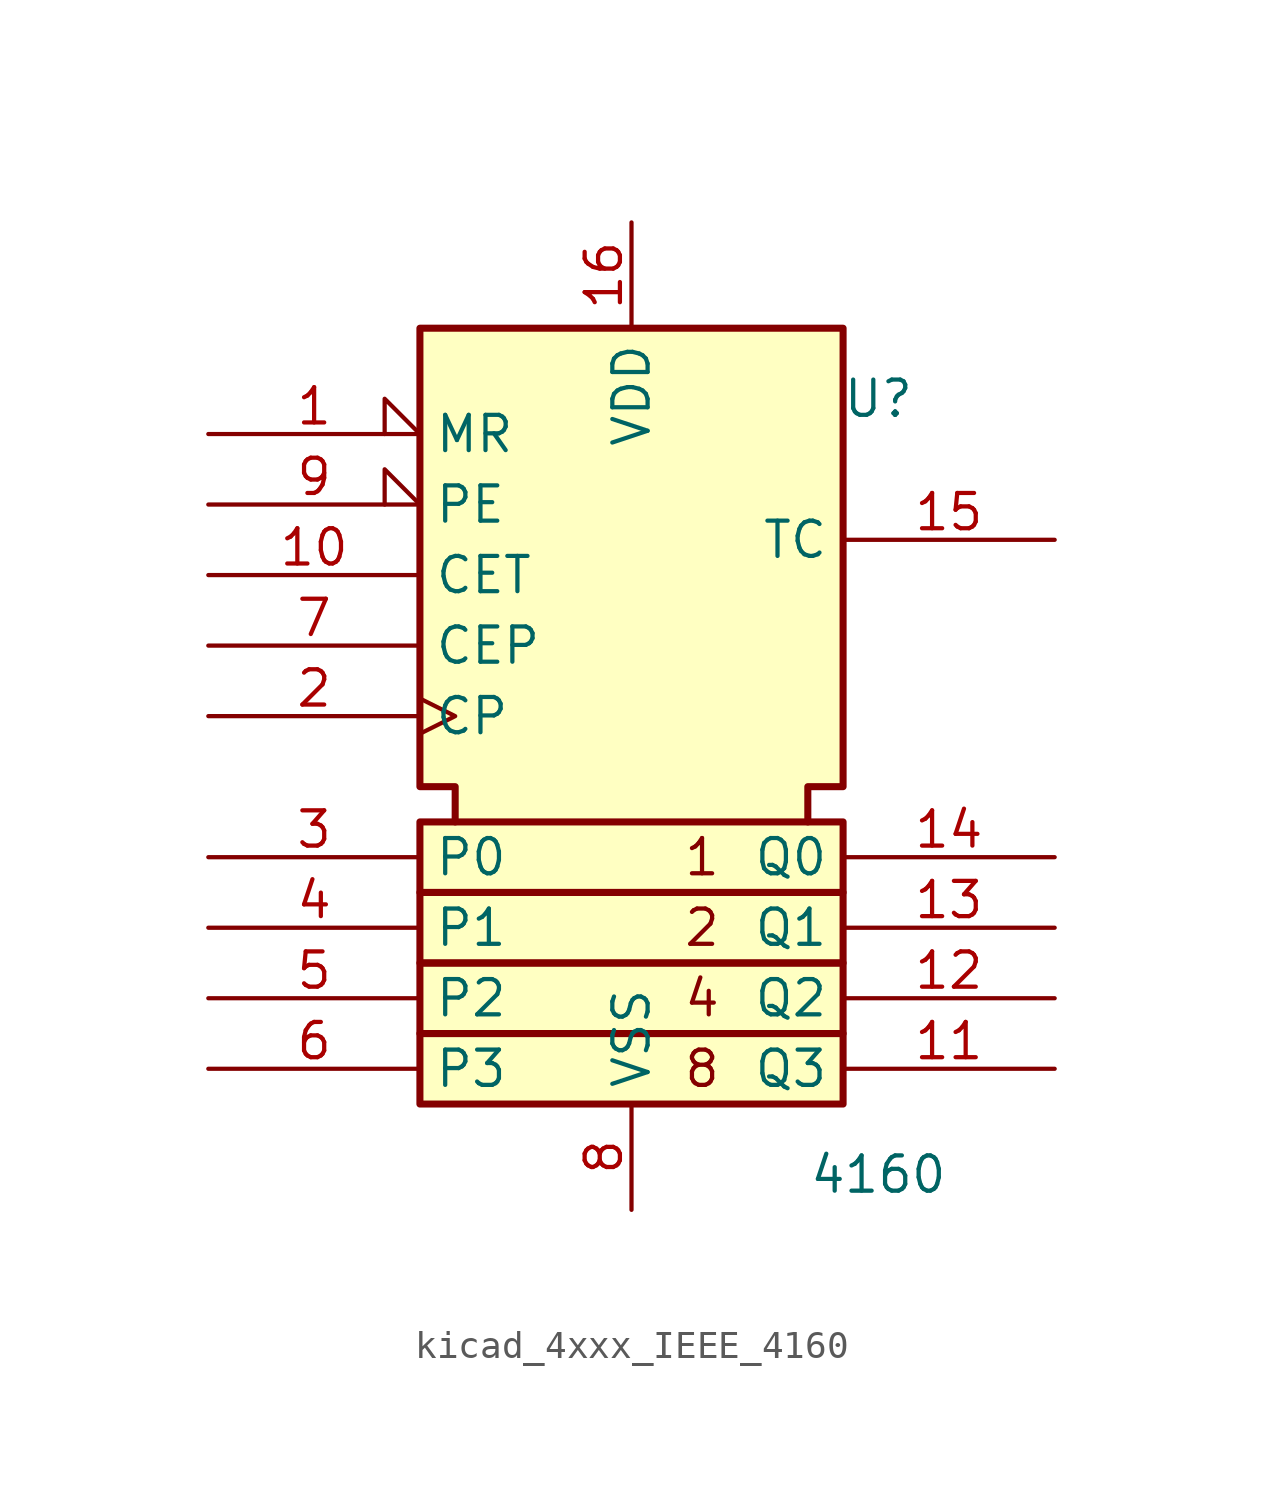
<source format=kicad_sym>
(kicad_symbol_lib
  (version 20220914)
  (generator kicad_symbol_editor)
  (symbol "kicad_4xxx_IEEE_4160"
    (property "Reference" "U"
      (at 8.89 8.89 0)
      (effects (font (size 1.27 1.27))))
    (property "Value" "4160"
      (at 8.89 -19.05 0)
      (effects (font (size 1.27 1.27))))
    (symbol "kicad_4xxx_IEEE_4160_0_0"
      (rectangle (start -7.62 -13.97) (end 7.62 -16.51) (stroke (width 0.254) (type default)) (fill (type background)))
      (rectangle (start -7.62 -11.43) (end 7.62 -13.97) (stroke (width 0.254) (type default)) (fill (type background)))
      (rectangle (start -7.62 -8.89) (end 7.62 -11.43) (stroke (width 0.254) (type default)) (fill (type background)))
      (rectangle (start -7.62 -6.35) (end 7.62 -8.89) (stroke (width 0.254) (type default)) (fill (type background)))
      (polyline (pts (xy -6.35 -6.35) (xy -6.35 -5.08) (xy -7.62 -5.08) (xy -7.62 11.43) (xy 7.62 11.43) (xy 7.62 -5.08) (xy 6.35 -5.08) (xy 6.35 -6.35) (xy 6.35 -6.35)) (stroke (width 0.254) (type default)) (fill (type background)))
      (text "1" (at 2.54 -7.62 0) (effects (font (size 1.27 1.27))))
      (text "2" (at 2.54 -10.16 0) (effects (font (size 1.27 1.27))))
      (text "4" (at 2.54 -12.7 0) (effects (font (size 1.27 1.27))))
      (text "8" (at 2.54 -15.24 0) (effects (font (size 1.27 1.27)))))
    (symbol "kicad_4xxx_IEEE_4160_1_1"
      (pin input input_low (at -15.24 7.62 0) (length 7.62) (name "MR" (effects (font (size 1.27 1.27)))) (number "1" (effects (font (size 1.27 1.27)))))
      (pin input line (at -15.24 2.54 0) (length 7.62) (name "CET" (effects (font (size 1.27 1.27)))) (number "10" (effects (font (size 1.27 1.27)))))
      (pin output line (at 15.24 -15.24 180) (length 7.62) (name "Q3" (effects (font (size 1.27 1.27)))) (number "11" (effects (font (size 1.27 1.27)))))
      (pin output line (at 15.24 -12.7 180) (length 7.62) (name "Q2" (effects (font (size 1.27 1.27)))) (number "12" (effects (font (size 1.27 1.27)))))
      (pin output line (at 15.24 -10.16 180) (length 7.62) (name "Q1" (effects (font (size 1.27 1.27)))) (number "13" (effects (font (size 1.27 1.27)))))
      (pin output line (at 15.24 -7.62 180) (length 7.62) (name "Q0" (effects (font (size 1.27 1.27)))) (number "14" (effects (font (size 1.27 1.27)))))
      (pin output line (at 15.24 3.81 180) (length 7.62) (name "TC" (effects (font (size 1.27 1.27)))) (number "15" (effects (font (size 1.27 1.27)))))
      (pin power_in line (at 0 15.24 270) (length 3.81) (name "VDD" (effects (font (size 1.27 1.27)))) (number "16" (effects (font (size 1.27 1.27)))))
      (pin input clock (at -15.24 -2.54 0) (length 7.62) (name "CP" (effects (font (size 1.27 1.27)))) (number "2" (effects (font (size 1.27 1.27)))))
      (pin input line (at -15.24 -7.62 0) (length 7.62) (name "P0" (effects (font (size 1.27 1.27)))) (number "3" (effects (font (size 1.27 1.27)))))
      (pin input line (at -15.24 -10.16 0) (length 7.62) (name "P1" (effects (font (size 1.27 1.27)))) (number "4" (effects (font (size 1.27 1.27)))))
      (pin input line (at -15.24 -12.7 0) (length 7.62) (name "P2" (effects (font (size 1.27 1.27)))) (number "5" (effects (font (size 1.27 1.27)))))
      (pin input line (at -15.24 -15.24 0) (length 7.62) (name "P3" (effects (font (size 1.27 1.27)))) (number "6" (effects (font (size 1.27 1.27)))))
      (pin input line (at -15.24 0 0) (length 7.62) (name "CEP" (effects (font (size 1.27 1.27)))) (number "7" (effects (font (size 1.27 1.27)))))
      (pin power_in line (at 0 -20.32 90) (length 3.81) (name "VSS" (effects (font (size 1.27 1.27)))) (number "8" (effects (font (size 1.27 1.27)))))
      (pin input input_low (at -15.24 5.08 0) (length 7.62) (name "PE" (effects (font (size 1.27 1.27)))) (number "9" (effects (font (size 1.27 1.27))))))))
</source>
